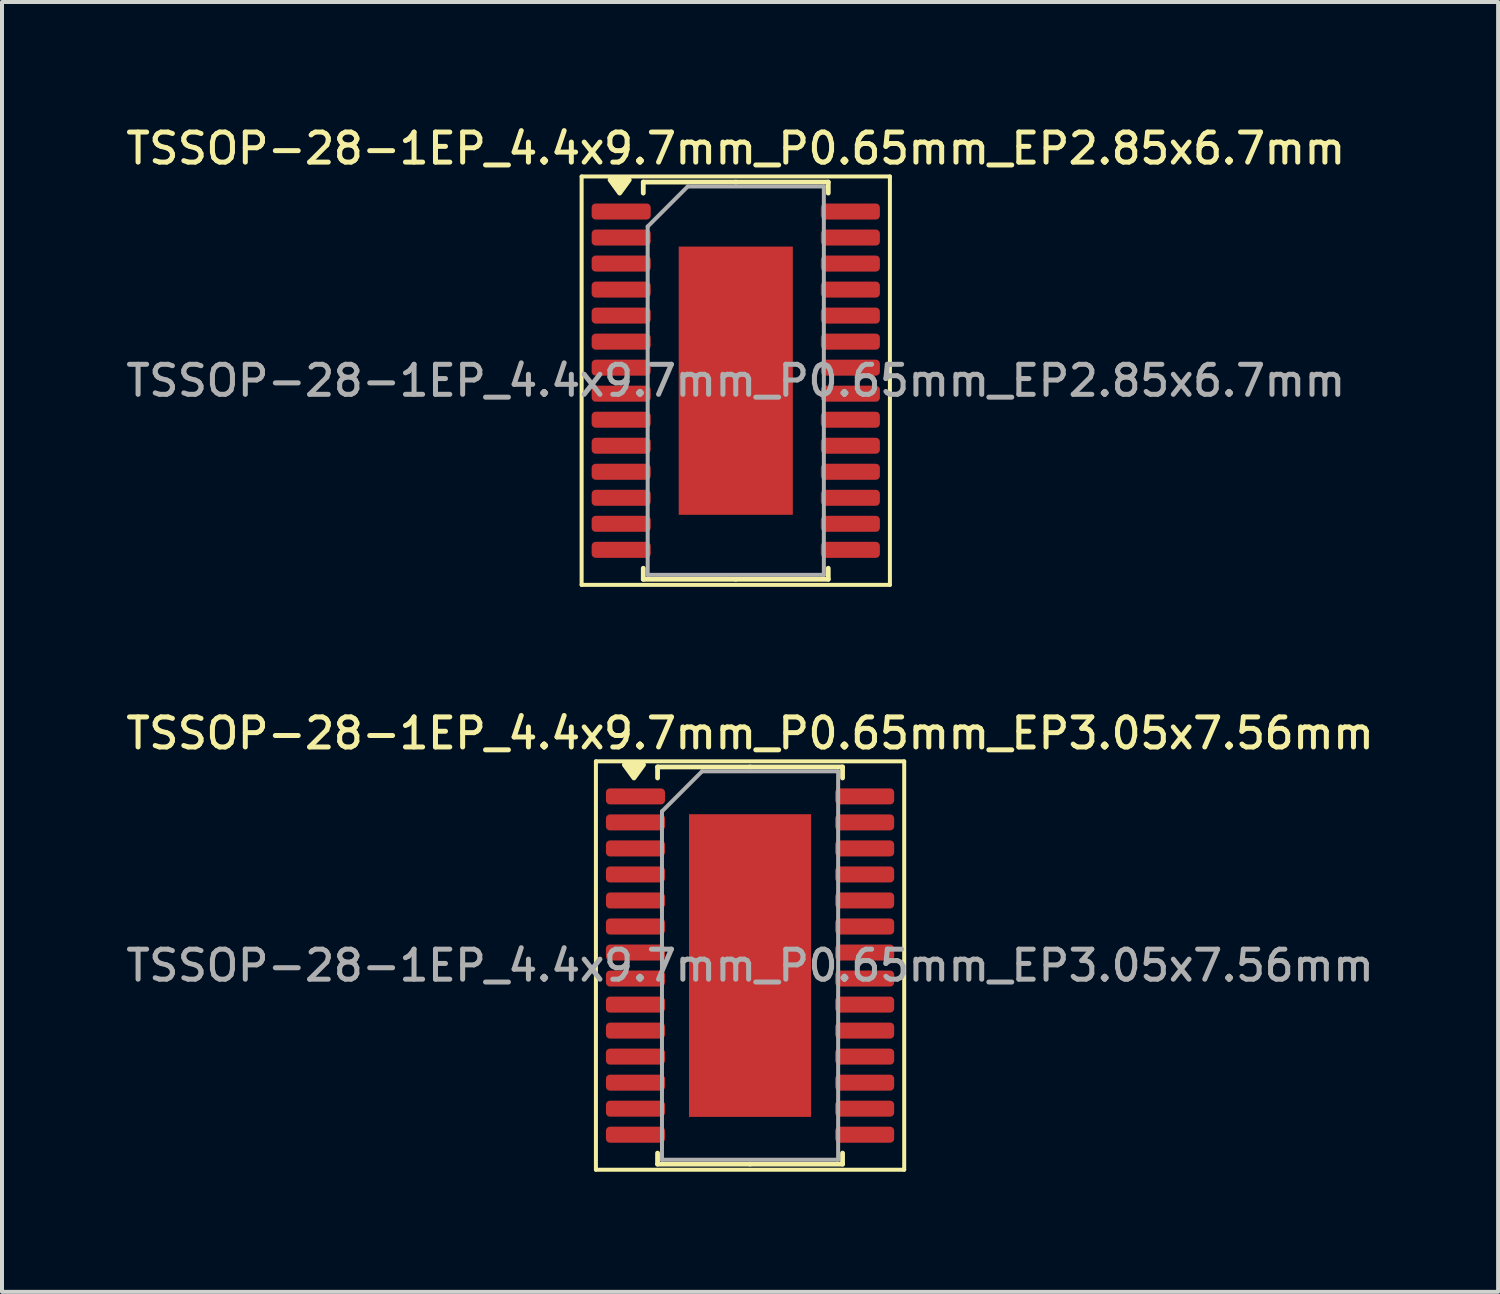
<source format=kicad_pcb>
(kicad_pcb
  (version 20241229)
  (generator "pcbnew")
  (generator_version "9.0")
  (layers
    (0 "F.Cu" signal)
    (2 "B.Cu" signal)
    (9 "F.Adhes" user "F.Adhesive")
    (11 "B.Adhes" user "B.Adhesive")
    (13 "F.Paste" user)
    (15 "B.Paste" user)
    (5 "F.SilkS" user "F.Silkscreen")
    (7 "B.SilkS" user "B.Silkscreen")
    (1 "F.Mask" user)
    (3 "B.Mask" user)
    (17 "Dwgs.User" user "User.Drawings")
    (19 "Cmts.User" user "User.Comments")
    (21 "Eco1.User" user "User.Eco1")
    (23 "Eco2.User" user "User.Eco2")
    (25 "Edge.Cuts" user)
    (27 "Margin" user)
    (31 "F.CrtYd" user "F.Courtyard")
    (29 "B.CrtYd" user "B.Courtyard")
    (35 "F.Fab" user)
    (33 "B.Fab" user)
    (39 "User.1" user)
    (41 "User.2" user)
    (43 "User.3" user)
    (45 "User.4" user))
  (footprint "TSSOP-28-1EP_4.4x9.7mm_P0.65mm_EP2.85x6.7mm"
    (layer "F.Cu")
    (at 15.327 6.458)
    (property "Reference" "TSSOP-28-1EP_4.4x9.7mm_P0.65mm_EP2.85x6.7mm" (at 0 -5.8 0) (layer "F.SilkS") (effects (font (size 0.75 0.75) (thickness 0.125))))
    (attr smd)
    (fp_line (start -3.85 -5.1) (end -3.85 5.1) (stroke (width 0.1) (type solid)) (layer "F.SilkS"))
    (fp_line (start -3.85 5.1) (end 3.85 5.1) (stroke (width 0.1) (type solid)) (layer "F.SilkS"))
    (fp_line (start -2.31 -4.96) (end -2.31 -4.685) (stroke (width 0.12) (type solid)) (layer "F.SilkS"))
    (fp_line (start -2.31 4.96) (end -2.31 4.685) (stroke (width 0.12) (type solid)) (layer "F.SilkS"))
    (fp_line (start 0 -4.96) (end -2.31 -4.96) (stroke (width 0.12) (type solid)) (layer "F.SilkS"))
    (fp_line (start 0 -4.96) (end 2.31 -4.96) (stroke (width 0.12) (type solid)) (layer "F.SilkS"))
    (fp_line (start 0 4.96) (end -2.31 4.96) (stroke (width 0.12) (type solid)) (layer "F.SilkS"))
    (fp_line (start 0 4.96) (end 2.31 4.96) (stroke (width 0.12) (type solid)) (layer "F.SilkS"))
    (fp_line (start 2.31 -4.96) (end 2.31 -4.685) (stroke (width 0.12) (type solid)) (layer "F.SilkS"))
    (fp_line (start 2.31 4.96) (end 2.31 4.685) (stroke (width 0.12) (type solid)) (layer "F.SilkS"))
    (fp_line (start 3.85 -5.1) (end -3.85 -5.1) (stroke (width 0.1) (type solid)) (layer "F.SilkS"))
    (fp_line (start 3.85 5.1) (end 3.85 -5.1) (stroke (width 0.1) (type solid)) (layer "F.SilkS"))
    (fp_poly (pts (xy -2.9 -4.685) (xy -3.14 -5.015) (xy -2.66 -5.015) (xy -2.9 -4.685)) (stroke (width 0.12) (type solid)) (fill yes) (layer "F.SilkS"))
    (fp_line (start -2.2 -3.85) (end -1.2 -4.85) (stroke (width 0.1) (type solid)) (layer "F.Fab"))
    (fp_line (start -2.2 4.85) (end -2.2 -3.85) (stroke (width 0.1) (type solid)) (layer "F.Fab"))
    (fp_line (start -1.2 -4.85) (end 2.2 -4.85) (stroke (width 0.1) (type solid)) (layer "F.Fab"))
    (fp_line (start 2.2 -4.85) (end 2.2 4.85) (stroke (width 0.1) (type solid)) (layer "F.Fab"))
    (fp_line (start 2.2 4.85) (end -2.2 4.85) (stroke (width 0.1) (type solid)) (layer "F.Fab"))
    (fp_text user "${REFERENCE}" (at 0 0 0) (layer "F.Fab") (effects (font (size 0.75 0.75) (thickness 0.125))))
    (pad "" smd roundrect (at -0.71 -2.23) (size 1.15 1.8) (layers "F.Paste") (roundrect_rratio 0.217))
    (pad "" smd roundrect (at -0.71 0) (size 1.15 1.8) (layers "F.Paste") (roundrect_rratio 0.217))
    (pad "" smd roundrect (at -0.71 2.23) (size 1.15 1.8) (layers "F.Paste") (roundrect_rratio 0.217))
    (pad "" smd roundrect (at 0.71 -2.23) (size 1.15 1.8) (layers "F.Paste") (roundrect_rratio 0.217))
    (pad "" smd roundrect (at 0.71 0) (size 1.15 1.8) (layers "F.Paste") (roundrect_rratio 0.217))
    (pad "" smd roundrect (at 0.71 2.23) (size 1.15 1.8) (layers "F.Paste") (roundrect_rratio 0.217))
    (pad "1" smd roundrect (at -2.862 -4.225) (size 1.475 0.4) (layers "F.Cu" "F.Mask" "F.Paste") (roundrect_rratio 0.25))
    (pad "2" smd roundrect (at -2.862 -3.575) (size 1.475 0.4) (layers "F.Cu" "F.Mask" "F.Paste") (roundrect_rratio 0.25))
    (pad "3" smd roundrect (at -2.862 -2.925) (size 1.475 0.4) (layers "F.Cu" "F.Mask" "F.Paste") (roundrect_rratio 0.25))
    (pad "4" smd roundrect (at -2.862 -2.275) (size 1.475 0.4) (layers "F.Cu" "F.Mask" "F.Paste") (roundrect_rratio 0.25))
    (pad "5" smd roundrect (at -2.862 -1.625) (size 1.475 0.4) (layers "F.Cu" "F.Mask" "F.Paste") (roundrect_rratio 0.25))
    (pad "6" smd roundrect (at -2.862 -0.975) (size 1.475 0.4) (layers "F.Cu" "F.Mask" "F.Paste") (roundrect_rratio 0.25))
    (pad "7" smd roundrect (at -2.862 -0.325) (size 1.475 0.4) (layers "F.Cu" "F.Mask" "F.Paste") (roundrect_rratio 0.25))
    (pad "8" smd roundrect (at -2.862 0.325) (size 1.475 0.4) (layers "F.Cu" "F.Mask" "F.Paste") (roundrect_rratio 0.25))
    (pad "9" smd roundrect (at -2.862 0.975) (size 1.475 0.4) (layers "F.Cu" "F.Mask" "F.Paste") (roundrect_rratio 0.25))
    (pad "10" smd roundrect (at -2.862 1.625) (size 1.475 0.4) (layers "F.Cu" "F.Mask" "F.Paste") (roundrect_rratio 0.25))
    (pad "11" smd roundrect (at -2.862 2.275) (size 1.475 0.4) (layers "F.Cu" "F.Mask" "F.Paste") (roundrect_rratio 0.25))
    (pad "12" smd roundrect (at -2.862 2.925) (size 1.475 0.4) (layers "F.Cu" "F.Mask" "F.Paste") (roundrect_rratio 0.25))
    (pad "13" smd roundrect (at -2.862 3.575) (size 1.475 0.4) (layers "F.Cu" "F.Mask" "F.Paste") (roundrect_rratio 0.25))
    (pad "14" smd roundrect (at -2.862 4.225) (size 1.475 0.4) (layers "F.Cu" "F.Mask" "F.Paste") (roundrect_rratio 0.25))
    (pad "15" smd roundrect (at 2.862 4.225) (size 1.475 0.4) (layers "F.Cu" "F.Mask" "F.Paste") (roundrect_rratio 0.25))
    (pad "16" smd roundrect (at 2.862 3.575) (size 1.475 0.4) (layers "F.Cu" "F.Mask" "F.Paste") (roundrect_rratio 0.25))
    (pad "17" smd roundrect (at 2.862 2.925) (size 1.475 0.4) (layers "F.Cu" "F.Mask" "F.Paste") (roundrect_rratio 0.25))
    (pad "18" smd roundrect (at 2.862 2.275) (size 1.475 0.4) (layers "F.Cu" "F.Mask" "F.Paste") (roundrect_rratio 0.25))
    (pad "19" smd roundrect (at 2.862 1.625) (size 1.475 0.4) (layers "F.Cu" "F.Mask" "F.Paste") (roundrect_rratio 0.25))
    (pad "20" smd roundrect (at 2.862 0.975) (size 1.475 0.4) (layers "F.Cu" "F.Mask" "F.Paste") (roundrect_rratio 0.25))
    (pad "21" smd roundrect (at 2.862 0.325) (size 1.475 0.4) (layers "F.Cu" "F.Mask" "F.Paste") (roundrect_rratio 0.25))
    (pad "22" smd roundrect (at 2.862 -0.325) (size 1.475 0.4) (layers "F.Cu" "F.Mask" "F.Paste") (roundrect_rratio 0.25))
    (pad "23" smd roundrect (at 2.862 -0.975) (size 1.475 0.4) (layers "F.Cu" "F.Mask" "F.Paste") (roundrect_rratio 0.25))
    (pad "24" smd roundrect (at 2.862 -1.625) (size 1.475 0.4) (layers "F.Cu" "F.Mask" "F.Paste") (roundrect_rratio 0.25))
    (pad "25" smd roundrect (at 2.862 -2.275) (size 1.475 0.4) (layers "F.Cu" "F.Mask" "F.Paste") (roundrect_rratio 0.25))
    (pad "26" smd roundrect (at 2.862 -2.925) (size 1.475 0.4) (layers "F.Cu" "F.Mask" "F.Paste") (roundrect_rratio 0.25))
    (pad "27" smd roundrect (at 2.862 -3.575) (size 1.475 0.4) (layers "F.Cu" "F.Mask" "F.Paste") (roundrect_rratio 0.25))
    (pad "28" smd roundrect (at 2.862 -4.225) (size 1.475 0.4) (layers "F.Cu" "F.Mask" "F.Paste") (roundrect_rratio 0.25))
    (pad "29" smd rect (at 0 0) (size 2.85 6.7) (property pad_prop_heatsink) (layers "F.Cu" "F.Mask")))
  (footprint "TSSOP-28-1EP_4.4x9.7mm_P0.65mm_EP3.05x7.56mm"
    (layer "F.Cu")
    (at 15.684 21.066)
    (property "Reference" "TSSOP-28-1EP_4.4x9.7mm_P0.65mm_EP3.05x7.56mm" (at 0 -5.8 0) (layer "F.SilkS") (effects (font (size 0.75 0.75) (thickness 0.125))))
    (attr smd)
    (fp_line (start -3.85 -5.1) (end -3.85 5.1) (stroke (width 0.1) (type solid)) (layer "F.SilkS"))
    (fp_line (start -3.85 5.1) (end 3.85 5.1) (stroke (width 0.1) (type solid)) (layer "F.SilkS"))
    (fp_line (start -2.31 -4.96) (end -2.31 -4.685) (stroke (width 0.12) (type solid)) (layer "F.SilkS"))
    (fp_line (start -2.31 4.96) (end -2.31 4.685) (stroke (width 0.12) (type solid)) (layer "F.SilkS"))
    (fp_line (start 0 -4.96) (end -2.31 -4.96) (stroke (width 0.12) (type solid)) (layer "F.SilkS"))
    (fp_line (start 0 -4.96) (end 2.31 -4.96) (stroke (width 0.12) (type solid)) (layer "F.SilkS"))
    (fp_line (start 0 4.96) (end -2.31 4.96) (stroke (width 0.12) (type solid)) (layer "F.SilkS"))
    (fp_line (start 0 4.96) (end 2.31 4.96) (stroke (width 0.12) (type solid)) (layer "F.SilkS"))
    (fp_line (start 2.31 -4.96) (end 2.31 -4.685) (stroke (width 0.12) (type solid)) (layer "F.SilkS"))
    (fp_line (start 2.31 4.96) (end 2.31 4.685) (stroke (width 0.12) (type solid)) (layer "F.SilkS"))
    (fp_line (start 3.85 -5.1) (end -3.85 -5.1) (stroke (width 0.1) (type solid)) (layer "F.SilkS"))
    (fp_line (start 3.85 5.1) (end 3.85 -5.1) (stroke (width 0.1) (type solid)) (layer "F.SilkS"))
    (fp_poly (pts (xy -2.9 -4.685) (xy -3.14 -5.015) (xy -2.66 -5.015) (xy -2.9 -4.685)) (stroke (width 0.12) (type solid)) (fill yes) (layer "F.SilkS"))
    (fp_line (start -2.2 -3.85) (end -1.2 -4.85) (stroke (width 0.1) (type solid)) (layer "F.Fab"))
    (fp_line (start -2.2 4.85) (end -2.2 -3.85) (stroke (width 0.1) (type solid)) (layer "F.Fab"))
    (fp_line (start -1.2 -4.85) (end 2.2 -4.85) (stroke (width 0.1) (type solid)) (layer "F.Fab"))
    (fp_line (start 2.2 -4.85) (end 2.2 4.85) (stroke (width 0.1) (type solid)) (layer "F.Fab"))
    (fp_line (start 2.2 4.85) (end -2.2 4.85) (stroke (width 0.1) (type solid)) (layer "F.Fab"))
    (fp_text user "${REFERENCE}" (at 0 0 0) (layer "F.Fab") (effects (font (size 0.75 0.75) (thickness 0.125))))
    (pad "" smd roundrect (at -0.76 -2.835) (size 1.23 1.52) (layers "F.Paste") (roundrect_rratio 0.203))
    (pad "" smd roundrect (at -0.76 -0.945) (size 1.23 1.52) (layers "F.Paste") (roundrect_rratio 0.203))
    (pad "" smd roundrect (at -0.76 0.945) (size 1.23 1.52) (layers "F.Paste") (roundrect_rratio 0.203))
    (pad "" smd roundrect (at -0.76 2.835) (size 1.23 1.52) (layers "F.Paste") (roundrect_rratio 0.203))
    (pad "" smd roundrect (at 0.76 -2.835) (size 1.23 1.52) (layers "F.Paste") (roundrect_rratio 0.203))
    (pad "" smd roundrect (at 0.76 -0.945) (size 1.23 1.52) (layers "F.Paste") (roundrect_rratio 0.203))
    (pad "" smd roundrect (at 0.76 0.945) (size 1.23 1.52) (layers "F.Paste") (roundrect_rratio 0.203))
    (pad "" smd roundrect (at 0.76 2.835) (size 1.23 1.52) (layers "F.Paste") (roundrect_rratio 0.203))
    (pad "1" smd roundrect (at -2.862 -4.225) (size 1.475 0.4) (layers "F.Cu" "F.Mask" "F.Paste") (roundrect_rratio 0.25))
    (pad "2" smd roundrect (at -2.862 -3.575) (size 1.475 0.4) (layers "F.Cu" "F.Mask" "F.Paste") (roundrect_rratio 0.25))
    (pad "3" smd roundrect (at -2.862 -2.925) (size 1.475 0.4) (layers "F.Cu" "F.Mask" "F.Paste") (roundrect_rratio 0.25))
    (pad "4" smd roundrect (at -2.862 -2.275) (size 1.475 0.4) (layers "F.Cu" "F.Mask" "F.Paste") (roundrect_rratio 0.25))
    (pad "5" smd roundrect (at -2.862 -1.625) (size 1.475 0.4) (layers "F.Cu" "F.Mask" "F.Paste") (roundrect_rratio 0.25))
    (pad "6" smd roundrect (at -2.862 -0.975) (size 1.475 0.4) (layers "F.Cu" "F.Mask" "F.Paste") (roundrect_rratio 0.25))
    (pad "7" smd roundrect (at -2.862 -0.325) (size 1.475 0.4) (layers "F.Cu" "F.Mask" "F.Paste") (roundrect_rratio 0.25))
    (pad "8" smd roundrect (at -2.862 0.325) (size 1.475 0.4) (layers "F.Cu" "F.Mask" "F.Paste") (roundrect_rratio 0.25))
    (pad "9" smd roundrect (at -2.862 0.975) (size 1.475 0.4) (layers "F.Cu" "F.Mask" "F.Paste") (roundrect_rratio 0.25))
    (pad "10" smd roundrect (at -2.862 1.625) (size 1.475 0.4) (layers "F.Cu" "F.Mask" "F.Paste") (roundrect_rratio 0.25))
    (pad "11" smd roundrect (at -2.862 2.275) (size 1.475 0.4) (layers "F.Cu" "F.Mask" "F.Paste") (roundrect_rratio 0.25))
    (pad "12" smd roundrect (at -2.862 2.925) (size 1.475 0.4) (layers "F.Cu" "F.Mask" "F.Paste") (roundrect_rratio 0.25))
    (pad "13" smd roundrect (at -2.862 3.575) (size 1.475 0.4) (layers "F.Cu" "F.Mask" "F.Paste") (roundrect_rratio 0.25))
    (pad "14" smd roundrect (at -2.862 4.225) (size 1.475 0.4) (layers "F.Cu" "F.Mask" "F.Paste") (roundrect_rratio 0.25))
    (pad "15" smd roundrect (at 2.862 4.225) (size 1.475 0.4) (layers "F.Cu" "F.Mask" "F.Paste") (roundrect_rratio 0.25))
    (pad "16" smd roundrect (at 2.862 3.575) (size 1.475 0.4) (layers "F.Cu" "F.Mask" "F.Paste") (roundrect_rratio 0.25))
    (pad "17" smd roundrect (at 2.862 2.925) (size 1.475 0.4) (layers "F.Cu" "F.Mask" "F.Paste") (roundrect_rratio 0.25))
    (pad "18" smd roundrect (at 2.862 2.275) (size 1.475 0.4) (layers "F.Cu" "F.Mask" "F.Paste") (roundrect_rratio 0.25))
    (pad "19" smd roundrect (at 2.862 1.625) (size 1.475 0.4) (layers "F.Cu" "F.Mask" "F.Paste") (roundrect_rratio 0.25))
    (pad "20" smd roundrect (at 2.862 0.975) (size 1.475 0.4) (layers "F.Cu" "F.Mask" "F.Paste") (roundrect_rratio 0.25))
    (pad "21" smd roundrect (at 2.862 0.325) (size 1.475 0.4) (layers "F.Cu" "F.Mask" "F.Paste") (roundrect_rratio 0.25))
    (pad "22" smd roundrect (at 2.862 -0.325) (size 1.475 0.4) (layers "F.Cu" "F.Mask" "F.Paste") (roundrect_rratio 0.25))
    (pad "23" smd roundrect (at 2.862 -0.975) (size 1.475 0.4) (layers "F.Cu" "F.Mask" "F.Paste") (roundrect_rratio 0.25))
    (pad "24" smd roundrect (at 2.862 -1.625) (size 1.475 0.4) (layers "F.Cu" "F.Mask" "F.Paste") (roundrect_rratio 0.25))
    (pad "25" smd roundrect (at 2.862 -2.275) (size 1.475 0.4) (layers "F.Cu" "F.Mask" "F.Paste") (roundrect_rratio 0.25))
    (pad "26" smd roundrect (at 2.862 -2.925) (size 1.475 0.4) (layers "F.Cu" "F.Mask" "F.Paste") (roundrect_rratio 0.25))
    (pad "27" smd roundrect (at 2.862 -3.575) (size 1.475 0.4) (layers "F.Cu" "F.Mask" "F.Paste") (roundrect_rratio 0.25))
    (pad "28" smd roundrect (at 2.862 -4.225) (size 1.475 0.4) (layers "F.Cu" "F.Mask" "F.Paste") (roundrect_rratio 0.25))
    (pad "29" smd rect (at 0 0) (size 3.05 7.56) (property pad_prop_heatsink) (layers "F.Cu" "F.Mask")))
  (gr_rect
    (start -3 -3)
    (end 34.368 29.216)
    (stroke (width 0.1) (type default))
    (fill no)
    (layer "Edge.Cuts")))
</source>
